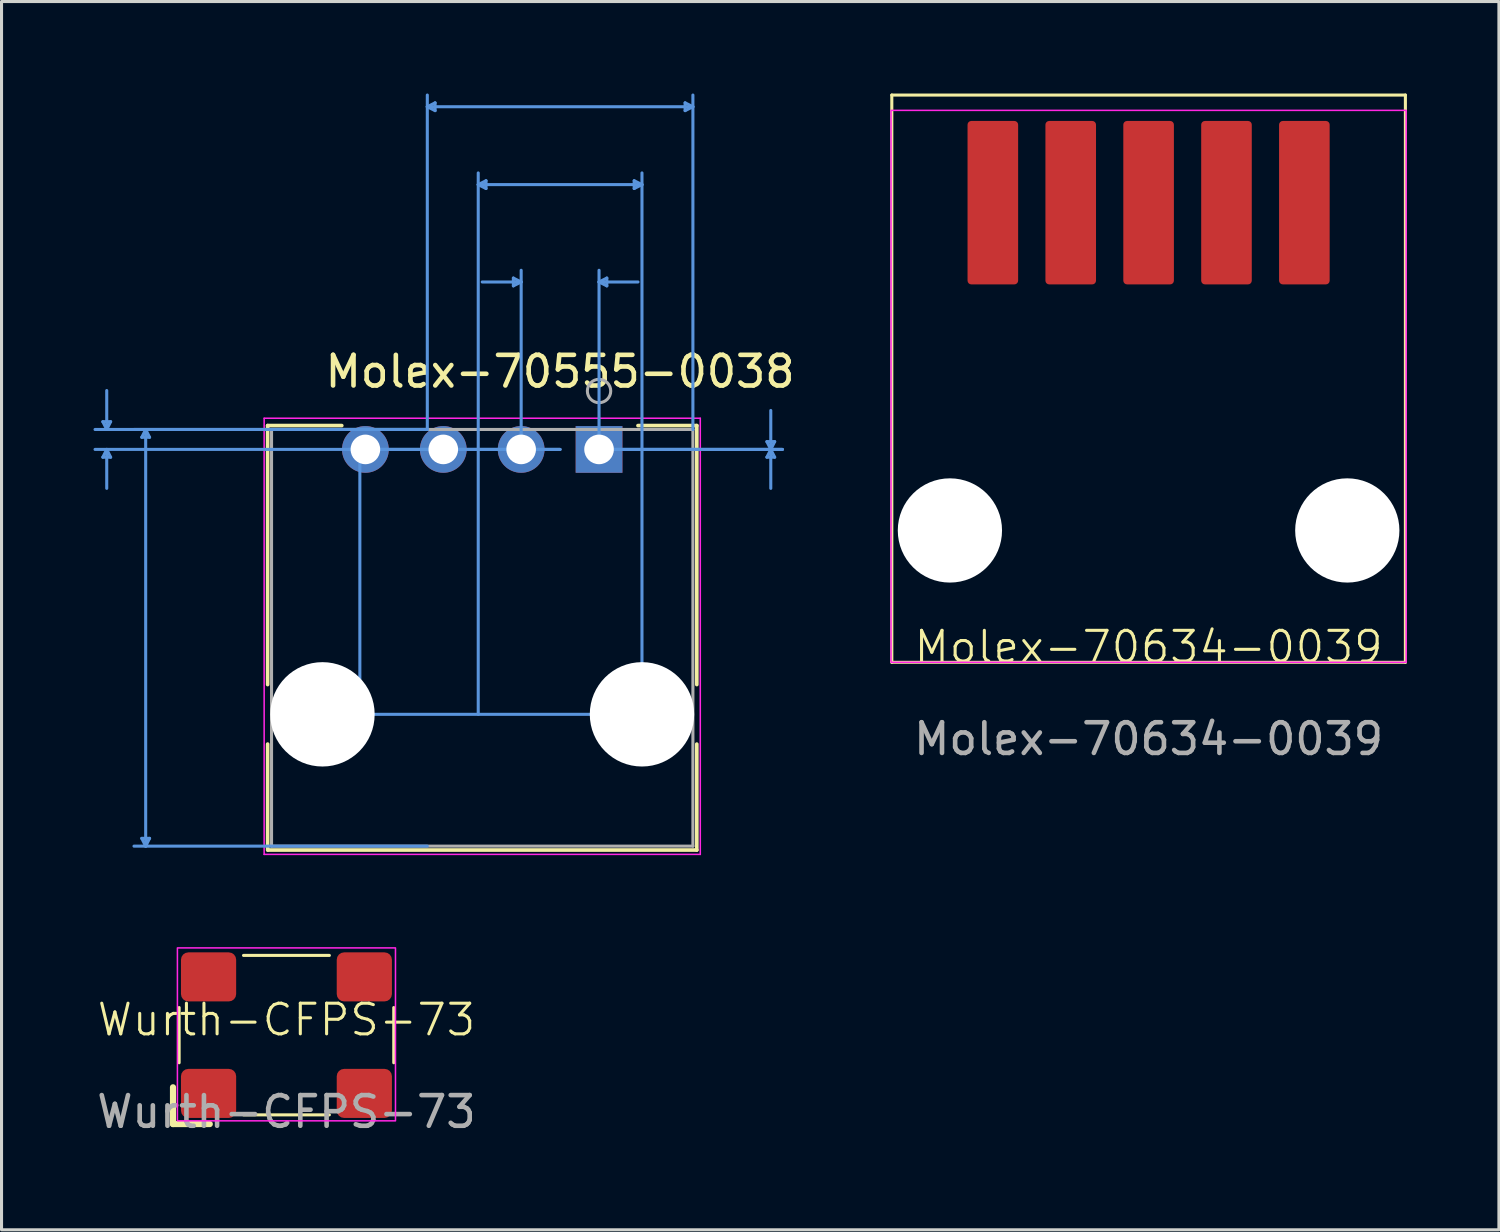
<source format=kicad_pcb>
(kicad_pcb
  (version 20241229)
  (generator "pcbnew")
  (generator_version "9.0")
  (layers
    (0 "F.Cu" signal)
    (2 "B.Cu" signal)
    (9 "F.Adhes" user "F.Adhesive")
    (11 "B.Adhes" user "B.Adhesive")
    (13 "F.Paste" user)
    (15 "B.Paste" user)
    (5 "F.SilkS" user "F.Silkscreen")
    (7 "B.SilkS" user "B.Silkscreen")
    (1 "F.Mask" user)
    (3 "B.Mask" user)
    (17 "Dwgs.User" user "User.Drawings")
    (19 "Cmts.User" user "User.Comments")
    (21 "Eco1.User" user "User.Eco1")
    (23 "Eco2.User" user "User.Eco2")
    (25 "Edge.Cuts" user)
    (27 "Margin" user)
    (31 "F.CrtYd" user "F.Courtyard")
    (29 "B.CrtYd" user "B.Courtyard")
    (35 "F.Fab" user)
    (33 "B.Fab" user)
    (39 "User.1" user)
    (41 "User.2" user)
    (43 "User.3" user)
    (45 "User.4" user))
  (footprint "Wurth-CFPS-73"
    (layer "F.Cu")
    (at 6.292 30.71)
    (property "Reference" "Wurth-CFPS-73" (at 0 -0.5 0) (unlocked yes) (layer "F.SilkS") (effects (font (size 1 1) (thickness 0.1))))
    (attr smd)
    (fp_line (start -3.7 1.7) (end -3.7 2.9) (stroke (width 0.2) (type solid)) (layer "F.SilkS"))
    (fp_line (start -3.7 2.9) (end -2.5 2.9) (stroke (width 0.2) (type solid)) (layer "F.SilkS"))
    (fp_line (start -3.5 -0.9) (end -3.5 0.9) (stroke (width 0.1) (type default)) (layer "F.SilkS"))
    (fp_line (start -1.4 -2.6) (end 1.4 -2.6) (stroke (width 0.1) (type default)) (layer "F.SilkS"))
    (fp_line (start -1.4 2.6) (end 1.4 2.6) (stroke (width 0.1) (type default)) (layer "F.SilkS"))
    (fp_line (start 3.5 -0.9) (end 3.5 0.9) (stroke (width 0.1) (type default)) (layer "F.SilkS"))
    (fp_rect (start -3.556 -2.845) (end 3.556 2.794) (stroke (width 0.05) (type default)) (fill no) (layer "F.CrtYd"))
    (fp_text user "${REFERENCE}" (at 0 2.5 0) (unlocked yes) (layer "F.Fab") (effects (font (size 1 1) (thickness 0.15))))
    (pad "1" smd roundrect (at -2.54 1.9) (size 1.8 1.6) (layers "F.Cu" "F.Mask" "F.Paste") (roundrect_rratio 0.15))
    (pad "2" smd roundrect (at 2.54 1.9) (size 1.8 1.6) (layers "F.Cu" "F.Mask" "F.Paste") (roundrect_rratio 0.15))
    (pad "3" smd roundrect (at 2.54 -1.9) (size 1.8 1.6) (layers "F.Cu" "F.Mask" "F.Paste") (roundrect_rratio 0.15))
    (pad "4" smd roundrect (at -2.54 -1.9) (size 1.8 1.6) (layers "F.Cu" "F.Mask" "F.Paste") (roundrect_rratio 0.15)))
  (footprint "Molex-70634-0039"
    (layer "F.Cu")
    (at 34.41 18.55)
    (property "Reference" "Molex-70634-0039" (at 0 -0.5 0) (unlocked yes) (layer "F.SilkS") (effects (font (size 1 1) (thickness 0.1))))
    (attr smd)
    (fp_line (start -8.375 -18.5) (end 8.375 -18.5) (stroke (width 0.1) (type default)) (layer "F.SilkS"))
    (fp_line (start -8.375 0) (end -8.375 -18.5) (stroke (width 0.1) (type default)) (layer "F.SilkS"))
    (fp_line (start -8.375 0) (end 8.375 0) (stroke (width 0.1) (type default)) (layer "F.SilkS"))
    (fp_line (start 8.375 0) (end 8.375 -18.5) (stroke (width 0.1) (type default)) (layer "F.SilkS"))
    (fp_rect (start -8.4 -18) (end 8.4 0) (stroke (width 0.05) (type default)) (fill no) (layer "F.CrtYd"))
    (fp_text user "${REFERENCE}" (at 0 2.5 0) (unlocked yes) (layer "F.Fab") (effects (font (size 1 1) (thickness 0.15))))
    (pad "" np_thru_hole circle (at -6.48 -4.3) (size 3.4 3.4) (drill 3.4) (layers "*.Cu" "*.Mask"))
    (pad "" np_thru_hole circle (at 6.48 -4.3) (size 3.4 3.4) (drill 3.4) (layers "*.Cu" "*.Mask"))
    (pad "1" smd roundrect (at 5.08 -14.99) (size 1.65 5.33) (layers "F.Cu" "F.Mask" "F.Paste") (roundrect_rratio 0.074))
    (pad "2" smd roundrect (at 2.54 -14.99) (size 1.65 5.33) (layers "F.Cu" "F.Mask" "F.Paste") (roundrect_rratio 0.074))
    (pad "3" smd roundrect (at 0 -14.99) (size 1.65 5.33) (layers "F.Cu" "F.Mask" "F.Paste") (roundrect_rratio 0.074))
    (pad "4" smd roundrect (at -2.54 -14.99) (size 1.65 5.33) (layers "F.Cu" "F.Mask" "F.Paste") (roundrect_rratio 0.074))
    (pad "5" smd roundrect (at -5.08 -14.99) (size 1.65 5.33) (layers "F.Cu" "F.Mask" "F.Paste") (roundrect_rratio 0.074)))
  (footprint "Molex-70555-0038"
    (layer "F.Cu")
    (at 16.487 11.607)
    (property "Reference" "Molex-70555-0038" (at -1.27 -2.54 0) (layer "F.SilkS") (effects (font (size 1 1) (thickness 0.15))))
    (attr through_hole)
    (fp_line (start -10.808 -0.777) (end -10.808 7.669) (stroke (width 0.12) (type solid)) (layer "F.SilkS"))
    (fp_line (start -10.808 9.611) (end -10.808 13.066) (stroke (width 0.12) (type solid)) (layer "F.SilkS"))
    (fp_line (start -10.795 13.066) (end 3.188 13.066) (stroke (width 0.12) (type solid)) (layer "F.SilkS"))
    (fp_line (start -8.391 -0.777) (end -10.808 -0.777) (stroke (width 0.12) (type solid)) (layer "F.SilkS"))
    (fp_line (start 3.188 -0.777) (end 1.27 -0.777) (stroke (width 0.12) (type solid)) (layer "F.SilkS"))
    (fp_line (start 3.188 7.669) (end 3.188 -0.777) (stroke (width 0.12) (type solid)) (layer "F.SilkS"))
    (fp_line (start 3.188 13.066) (end 3.188 9.611) (stroke (width 0.12) (type solid)) (layer "F.SilkS"))
    (fp_line (start -16.183 -0.904) (end -15.929 -0.904) (stroke (width 0.1) (type solid)) (layer "Cmts.User"))
    (fp_line (start -16.183 0.254) (end -15.929 0.254) (stroke (width 0.1) (type solid)) (layer "Cmts.User"))
    (fp_line (start -16.056 -0.65) (end -16.183 -0.904) (stroke (width 0.1) (type solid)) (layer "Cmts.User"))
    (fp_line (start -16.056 -0.65) (end -16.056 -1.92) (stroke (width 0.1) (type solid)) (layer "Cmts.User"))
    (fp_line (start -16.056 -0.65) (end -15.929 -0.904) (stroke (width 0.1) (type solid)) (layer "Cmts.User"))
    (fp_line (start -16.056 0) (end -16.183 0.254) (stroke (width 0.1) (type solid)) (layer "Cmts.User"))
    (fp_line (start -16.056 0) (end -16.056 1.27) (stroke (width 0.1) (type solid)) (layer "Cmts.User"))
    (fp_line (start -16.056 0) (end -15.929 0.254) (stroke (width 0.1) (type solid)) (layer "Cmts.User"))
    (fp_line (start -14.913 -0.396) (end -14.659 -0.396) (stroke (width 0.1) (type solid)) (layer "Cmts.User"))
    (fp_line (start -14.913 12.685) (end -14.659 12.685) (stroke (width 0.1) (type solid)) (layer "Cmts.User"))
    (fp_line (start -14.786 -0.65) (end -14.913 -0.396) (stroke (width 0.1) (type solid)) (layer "Cmts.User"))
    (fp_line (start -14.786 -0.65) (end -14.786 12.939) (stroke (width 0.1) (type solid)) (layer "Cmts.User"))
    (fp_line (start -14.786 -0.65) (end -14.659 -0.396) (stroke (width 0.1) (type solid)) (layer "Cmts.User"))
    (fp_line (start -14.786 12.939) (end -14.913 12.685) (stroke (width 0.1) (type solid)) (layer "Cmts.User"))
    (fp_line (start -14.786 12.939) (end -14.659 12.685) (stroke (width 0.1) (type solid)) (layer "Cmts.User"))
    (fp_line (start -7.928 0.254) (end -7.674 0.254) (stroke (width 0.1) (type solid)) (layer "Cmts.User"))
    (fp_line (start -7.928 8.386) (end -7.674 8.386) (stroke (width 0.1) (type solid)) (layer "Cmts.User"))
    (fp_line (start -7.801 0) (end -7.928 0.254) (stroke (width 0.1) (type solid)) (layer "Cmts.User"))
    (fp_line (start -7.801 0) (end -7.801 8.64) (stroke (width 0.1) (type solid)) (layer "Cmts.User"))
    (fp_line (start -7.801 0) (end -7.674 0.254) (stroke (width 0.1) (type solid)) (layer "Cmts.User"))
    (fp_line (start -7.801 8.64) (end -7.928 8.386) (stroke (width 0.1) (type solid)) (layer "Cmts.User"))
    (fp_line (start -7.801 8.64) (end -7.674 8.386) (stroke (width 0.1) (type solid)) (layer "Cmts.User"))
    (fp_line (start -5.601 -11.176) (end -5.347 -11.303) (stroke (width 0.1) (type solid)) (layer "Cmts.User"))
    (fp_line (start -5.601 -11.176) (end -5.347 -11.049) (stroke (width 0.1) (type solid)) (layer "Cmts.User"))
    (fp_line (start -5.601 -11.176) (end 3.061 -11.176) (stroke (width 0.1) (type solid)) (layer "Cmts.User"))
    (fp_line (start -5.601 -0.65) (end -16.437 -0.65) (stroke (width 0.1) (type solid)) (layer "Cmts.User"))
    (fp_line (start -5.601 -0.65) (end -15.167 -0.65) (stroke (width 0.1) (type solid)) (layer "Cmts.User"))
    (fp_line (start -5.601 -0.65) (end -5.601 -11.557) (stroke (width 0.1) (type solid)) (layer "Cmts.User"))
    (fp_line (start -5.601 12.939) (end -15.167 12.939) (stroke (width 0.1) (type solid)) (layer "Cmts.User"))
    (fp_line (start -5.347 -11.303) (end -5.347 -11.049) (stroke (width 0.1) (type solid)) (layer "Cmts.User"))
    (fp_line (start -3.94 -8.636) (end -3.686 -8.763) (stroke (width 0.1) (type solid)) (layer "Cmts.User"))
    (fp_line (start -3.94 -8.636) (end -3.686 -8.509) (stroke (width 0.1) (type solid)) (layer "Cmts.User"))
    (fp_line (start -3.94 -8.636) (end 1.4 -8.636) (stroke (width 0.1) (type solid)) (layer "Cmts.User"))
    (fp_line (start -3.94 8.64) (end -3.94 -9.017) (stroke (width 0.1) (type solid)) (layer "Cmts.User"))
    (fp_line (start -3.686 -8.763) (end -3.686 -8.509) (stroke (width 0.1) (type solid)) (layer "Cmts.User"))
    (fp_line (start -2.794 -5.588) (end -2.794 -5.334) (stroke (width 0.1) (type solid)) (layer "Cmts.User"))
    (fp_line (start -2.54 -5.461) (end -3.81 -5.461) (stroke (width 0.1) (type solid)) (layer "Cmts.User"))
    (fp_line (start -2.54 -5.461) (end -2.794 -5.588) (stroke (width 0.1) (type solid)) (layer "Cmts.User"))
    (fp_line (start -2.54 -5.461) (end -2.794 -5.334) (stroke (width 0.1) (type solid)) (layer "Cmts.User"))
    (fp_line (start -2.54 0) (end -2.54 -5.842) (stroke (width 0.1) (type solid)) (layer "Cmts.User"))
    (fp_line (start -1.27 0) (end -16.437 0) (stroke (width 0.1) (type solid)) (layer "Cmts.User"))
    (fp_line (start -1.27 0) (end -8.182 0) (stroke (width 0.1) (type solid)) (layer "Cmts.User"))
    (fp_line (start 0 -5.461) (end 0.254 -5.588) (stroke (width 0.1) (type solid)) (layer "Cmts.User"))
    (fp_line (start 0 -5.461) (end 0.254 -5.334) (stroke (width 0.1) (type solid)) (layer "Cmts.User"))
    (fp_line (start 0 -5.461) (end 1.27 -5.461) (stroke (width 0.1) (type solid)) (layer "Cmts.User"))
    (fp_line (start 0 0) (end 0 -5.842) (stroke (width 0.1) (type solid)) (layer "Cmts.User"))
    (fp_line (start 0 0) (end 5.982 0) (stroke (width 0.1) (type solid)) (layer "Cmts.User"))
    (fp_line (start 0 0) (end 5.982 0) (stroke (width 0.1) (type solid)) (layer "Cmts.User"))
    (fp_line (start 0.254 -5.588) (end 0.254 -5.334) (stroke (width 0.1) (type solid)) (layer "Cmts.User"))
    (fp_line (start 1.146 -8.763) (end 1.146 -8.509) (stroke (width 0.1) (type solid)) (layer "Cmts.User"))
    (fp_line (start 1.4 -8.636) (end 1.146 -8.763) (stroke (width 0.1) (type solid)) (layer "Cmts.User"))
    (fp_line (start 1.4 -8.636) (end 1.146 -8.509) (stroke (width 0.1) (type solid)) (layer "Cmts.User"))
    (fp_line (start 1.4 8.64) (end -8.182 8.64) (stroke (width 0.1) (type solid)) (layer "Cmts.User"))
    (fp_line (start 1.4 8.64) (end 1.4 -9.017) (stroke (width 0.1) (type solid)) (layer "Cmts.User"))
    (fp_line (start 2.807 -11.303) (end 2.807 -11.049) (stroke (width 0.1) (type solid)) (layer "Cmts.User"))
    (fp_line (start 3.061 -11.176) (end 2.807 -11.303) (stroke (width 0.1) (type solid)) (layer "Cmts.User"))
    (fp_line (start 3.061 -11.176) (end 2.807 -11.049) (stroke (width 0.1) (type solid)) (layer "Cmts.User"))
    (fp_line (start 3.061 -0.65) (end 3.061 -11.557) (stroke (width 0.1) (type solid)) (layer "Cmts.User"))
    (fp_line (start 5.474 -0.254) (end 5.728 -0.254) (stroke (width 0.1) (type solid)) (layer "Cmts.User"))
    (fp_line (start 5.474 0.254) (end 5.728 0.254) (stroke (width 0.1) (type solid)) (layer "Cmts.User"))
    (fp_line (start 5.601 0) (end 5.474 -0.254) (stroke (width 0.1) (type solid)) (layer "Cmts.User"))
    (fp_line (start 5.601 0) (end 5.474 0.254) (stroke (width 0.1) (type solid)) (layer "Cmts.User"))
    (fp_line (start 5.601 0) (end 5.601 -1.27) (stroke (width 0.1) (type solid)) (layer "Cmts.User"))
    (fp_line (start 5.601 0) (end 5.601 1.27) (stroke (width 0.1) (type solid)) (layer "Cmts.User"))
    (fp_line (start 5.601 0) (end 5.728 -0.254) (stroke (width 0.1) (type solid)) (layer "Cmts.User"))
    (fp_line (start 5.601 0) (end 5.728 0.254) (stroke (width 0.1) (type solid)) (layer "Cmts.User"))
    (fp_line (start -10.922 -1.016) (end -10.922 13.208) (stroke (width 0.05) (type solid)) (layer "F.CrtYd"))
    (fp_line (start -10.922 13.208) (end 3.302 13.208) (stroke (width 0.05) (type solid)) (layer "F.CrtYd"))
    (fp_line (start 3.302 -1.016) (end -10.922 -1.016) (stroke (width 0.05) (type solid)) (layer "F.CrtYd"))
    (fp_line (start 3.302 13.208) (end 3.302 -1.016) (stroke (width 0.05) (type solid)) (layer "F.CrtYd"))
    (fp_line (start -10.681 -0.65) (end -10.681 12.939) (stroke (width 0.1) (type solid)) (layer "F.Fab"))
    (fp_line (start -10.681 12.939) (end 3.061 12.939) (stroke (width 0.1) (type solid)) (layer "F.Fab"))
    (fp_line (start 3.061 -0.65) (end -10.681 -0.65) (stroke (width 0.1) (type solid)) (layer "F.Fab"))
    (fp_line (start 3.061 12.939) (end 3.061 -0.65) (stroke (width 0.1) (type solid)) (layer "F.Fab"))
    (fp_circle (center 0 -1.905) (end 0.381 -1.905) (stroke (width 0.1) (type solid)) (fill no) (layer "F.Fab"))
    (pad "" np_thru_hole circle (at -9.02 8.64) (size 3.404 3.404) (drill 3.404) (layers "*.Cu" "*.Mask"))
    (pad "" np_thru_hole circle (at 1.4 8.64) (size 3.404 3.404) (drill 3.404) (layers "*.Cu" "*.Mask"))
    (pad "1" thru_hole rect (at 0 0) (size 1.524 1.524) (drill 0.965) (layers "*.Cu" "*.Mask"))
    (pad "2" thru_hole circle (at -2.54 0) (size 1.524 1.524) (drill 0.965) (layers "*.Cu" "*.Mask"))
    (pad "3" thru_hole circle (at -5.08 0) (size 1.524 1.524) (drill 0.965) (layers "*.Cu" "*.Mask"))
    (pad "4" thru_hole circle (at -7.62 0) (size 1.524 1.524) (drill 0.965) (layers "*.Cu" "*.Mask")))
  (gr_rect
    (start -3 -3)
    (end 45.835 37.058)
    (stroke (width 0.1) (type default))
    (fill no)
    (layer "Edge.Cuts")))
</source>
